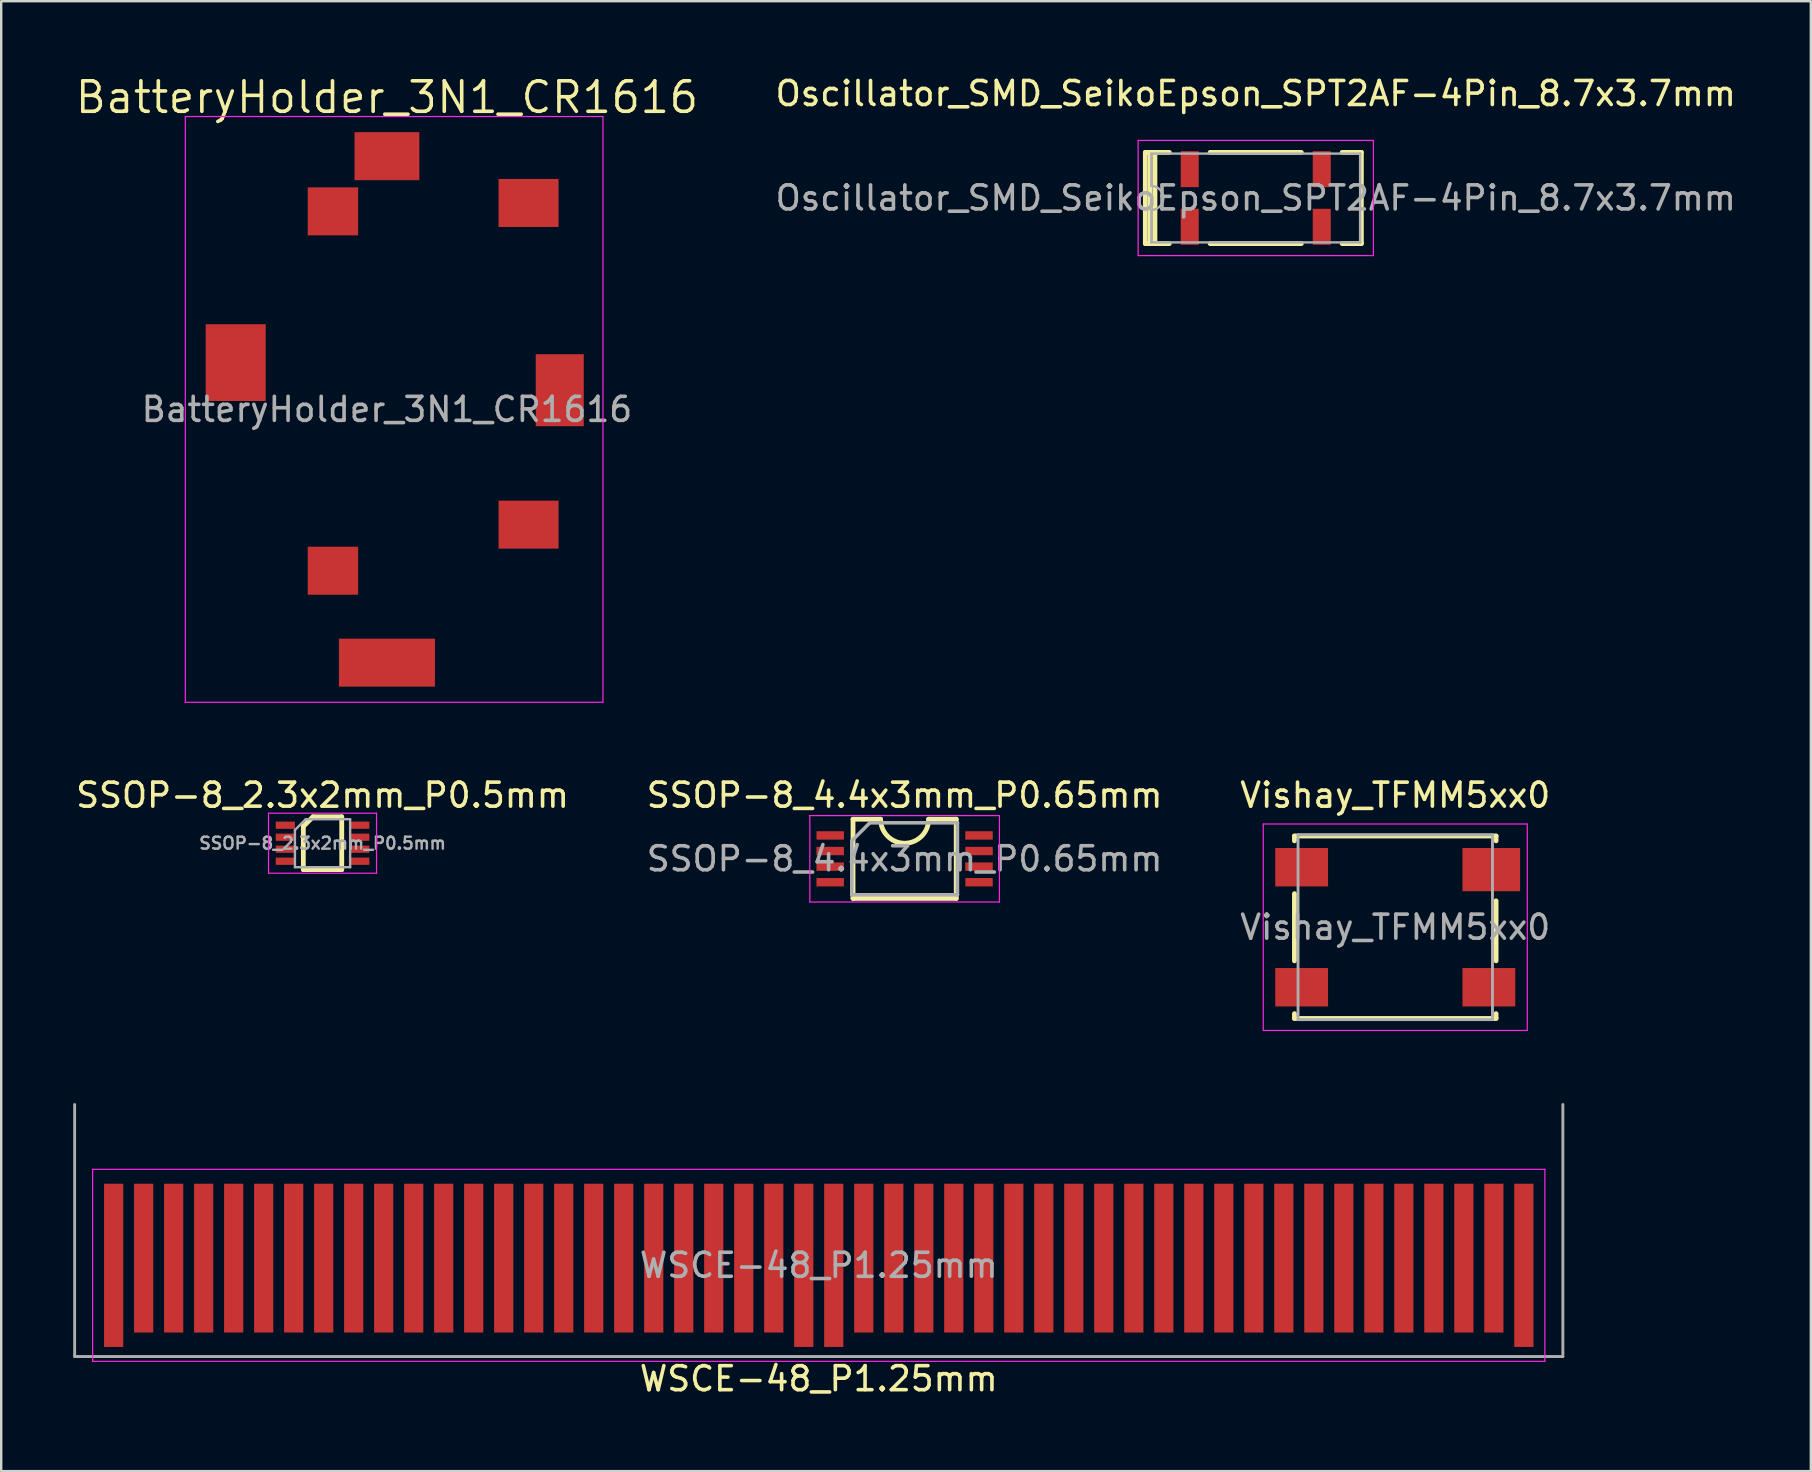
<source format=kicad_pcb>
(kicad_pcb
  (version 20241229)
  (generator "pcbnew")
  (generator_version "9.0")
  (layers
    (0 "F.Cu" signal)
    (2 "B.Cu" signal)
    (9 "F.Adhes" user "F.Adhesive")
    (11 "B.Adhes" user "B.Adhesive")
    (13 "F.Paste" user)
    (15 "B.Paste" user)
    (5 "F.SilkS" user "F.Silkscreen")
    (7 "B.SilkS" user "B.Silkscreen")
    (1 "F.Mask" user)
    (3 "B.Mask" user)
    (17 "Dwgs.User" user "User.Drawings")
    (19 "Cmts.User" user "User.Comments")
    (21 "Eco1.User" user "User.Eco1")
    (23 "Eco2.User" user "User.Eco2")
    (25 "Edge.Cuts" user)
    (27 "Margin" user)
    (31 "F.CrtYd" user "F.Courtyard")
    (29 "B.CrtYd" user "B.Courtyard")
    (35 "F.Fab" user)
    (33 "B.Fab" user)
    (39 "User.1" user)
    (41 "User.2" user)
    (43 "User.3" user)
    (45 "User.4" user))
  (footprint "Oscillator_SMD_SeikoEpson_SPT2AF-4Pin_8.7x3.7mm"
    (layer "F.Cu")
    (at 49.265 5.198)
    (property "Reference" "Oscillator_SMD_SeikoEpson_SPT2AF-4Pin_8.7x3.7mm" (at 0 -4.35 0) (layer "F.SilkS") (effects (font (size 1 1) (thickness 0.15))))
    (attr smd)
    (fp_line (start -4.6 -1.9) (end -3.6 -1.9) (stroke (width 0.2) (type solid)) (layer "F.SilkS"))
    (fp_line (start -4.6 1.9) (end -4.6 -1.9) (stroke (width 0.2) (type solid)) (layer "F.SilkS"))
    (fp_line (start -4.6 1.9) (end -3.6 1.9) (stroke (width 0.2) (type solid)) (layer "F.SilkS"))
    (fp_line (start -4.4 1.9) (end -4.4 -1.9) (stroke (width 0.2) (type solid)) (layer "F.SilkS"))
    (fp_line (start -4.2 1.9) (end -4.2 -1.9) (stroke (width 0.2) (type solid)) (layer "F.SilkS"))
    (fp_line (start -1.9 -1.9) (end 1.9 -1.9) (stroke (width 0.2) (type solid)) (layer "F.SilkS"))
    (fp_line (start 1.9 1.9) (end -1.9 1.9) (stroke (width 0.2) (type solid)) (layer "F.SilkS"))
    (fp_line (start 3.6 -1.9) (end 4.4 -1.9) (stroke (width 0.2) (type solid)) (layer "F.SilkS"))
    (fp_line (start 4.4 -1.9) (end 4.4 1.9) (stroke (width 0.2) (type solid)) (layer "F.SilkS"))
    (fp_line (start 4.4 1.9) (end 3.6 1.9) (stroke (width 0.2) (type solid)) (layer "F.SilkS"))
    (fp_line (start -4.9 -2.4) (end -4.9 2.4) (stroke (width 0.05) (type solid)) (layer "F.CrtYd"))
    (fp_line (start -4.9 2.4) (end 4.9 2.4) (stroke (width 0.05) (type solid)) (layer "F.CrtYd"))
    (fp_line (start 4.9 -2.4) (end -4.9 -2.4) (stroke (width 0.05) (type solid)) (layer "F.CrtYd"))
    (fp_line (start 4.9 2.4) (end 4.9 -2.4) (stroke (width 0.05) (type solid)) (layer "F.CrtYd"))
    (fp_line (start -4.35 -1.85) (end 4.35 -1.85) (stroke (width 0.1) (type solid)) (layer "F.Fab"))
    (fp_line (start -4.35 -0.5) (end -4.35 -1.85) (stroke (width 0.1) (type solid)) (layer "F.Fab"))
    (fp_line (start -4.35 1.85) (end -4.35 0.5) (stroke (width 0.1) (type solid)) (layer "F.Fab"))
    (fp_line (start 4.35 -1.85) (end 4.35 1.85) (stroke (width 0.1) (type solid)) (layer "F.Fab"))
    (fp_line (start 4.35 1.85) (end -4.35 1.85) (stroke (width 0.1) (type solid)) (layer "F.Fab"))
    (fp_arc (start -4.35 -0.5) (mid -3.85 0) (end -4.35 0.5) (stroke (width 0.1) (type solid)) (layer "F.Fab"))
    (fp_text user "${REFERENCE}" (at 0 0 0) (layer "F.Fab") (effects (font (size 1 1) (thickness 0.15))))
    (pad "1" smd rect (at -2.75 1.2) (size 0.75 1.5) (layers "F.Cu" "F.Mask" "F.Paste"))
    (pad "2" smd rect (at 2.75 1.2) (size 0.75 1.5) (layers "F.Cu" "F.Mask" "F.Paste"))
    (pad "3" smd rect (at 2.75 -1.2) (size 0.75 1.5) (layers "F.Cu" "F.Mask" "F.Paste"))
    (pad "4" smd rect (at -2.75 -1.2) (size 0.75 1.5) (layers "F.Cu" "F.Mask" "F.Paste")))
  (footprint "WSCE-48_P1.25mm"
    (layer "F.Cu")
    (at 31.06 49.664)
    (property "Reference" "WSCE-48_P1.25mm" (at 0 4.725 0) (layer "F.SilkS") (effects (font (size 1 1) (thickness 0.15))))
    (attr through_hole)
    (fp_line (start -30.25 -4) (end 30.25 -4) (stroke (width 0.05) (type solid)) (layer "F.CrtYd"))
    (fp_line (start -30.25 4) (end -30.25 -4) (stroke (width 0.05) (type solid)) (layer "F.CrtYd"))
    (fp_line (start -30.25 4) (end 30.25 4) (stroke (width 0.05) (type solid)) (layer "F.CrtYd"))
    (fp_line (start 30.25 -4) (end 30.25 4) (stroke (width 0.05) (type solid)) (layer "F.CrtYd"))
    (fp_line (start -31 -6.7) (end -31 3.8) (stroke (width 0.12) (type solid)) (layer "F.Fab"))
    (fp_line (start -31 3.8) (end 31 3.8) (stroke (width 0.12) (type solid)) (layer "F.Fab"))
    (fp_line (start 31 3.8) (end 31 -6.7) (stroke (width 0.12) (type solid)) (layer "F.Fab"))
    (fp_text user "${REFERENCE}" (at 0 0 0) (layer "F.Fab") (effects (font (size 1 1) (thickness 0.15))))
    (pad "0" smd rect (at -29.375 0) (size 0.001 0.001) (layers "F.Cu" "F.Mask" "F.Paste"))
    (pad "0" smd rect (at 29.375 0) (size 0.001 0.001) (layers "F.Cu" "F.Mask" "F.Paste"))
    (pad "1" smd rect (at -29.375 0) (size 0.8 6.8) (layers "F.Cu" "F.Mask"))
    (pad "2" smd rect (at -28.125 -0.3) (size 0.8 6.2) (layers "F.Cu" "F.Mask"))
    (pad "3" smd rect (at -26.875 -0.3) (size 0.8 6.2) (layers "F.Cu" "F.Mask"))
    (pad "4" smd rect (at -25.625 -0.3) (size 0.8 6.2) (layers "F.Cu" "F.Mask"))
    (pad "5" smd rect (at -24.375 -0.3) (size 0.8 6.2) (layers "F.Cu" "F.Mask"))
    (pad "6" smd rect (at -23.125 -0.3) (size 0.8 6.2) (layers "F.Cu" "F.Mask"))
    (pad "7" smd rect (at -21.875 -0.3) (size 0.8 6.2) (layers "F.Cu" "F.Mask"))
    (pad "8" smd rect (at -20.625 -0.3) (size 0.8 6.2) (layers "F.Cu" "F.Mask"))
    (pad "9" smd rect (at -19.375 -0.3) (size 0.8 6.2) (layers "F.Cu" "F.Mask"))
    (pad "10" smd rect (at -18.125 -0.3) (size 0.8 6.2) (layers "F.Cu" "F.Mask"))
    (pad "11" smd rect (at -16.875 -0.3) (size 0.8 6.2) (layers "F.Cu" "F.Mask"))
    (pad "12" smd rect (at -15.625 -0.3) (size 0.8 6.2) (layers "F.Cu" "F.Mask"))
    (pad "13" smd rect (at -14.375 -0.3) (size 0.8 6.2) (layers "F.Cu" "F.Mask"))
    (pad "14" smd rect (at -13.125 -0.3) (size 0.8 6.2) (layers "F.Cu" "F.Mask"))
    (pad "15" smd rect (at -11.875 -0.3) (size 0.8 6.2) (layers "F.Cu" "F.Mask"))
    (pad "16" smd rect (at -10.625 -0.3) (size 0.8 6.2) (layers "F.Cu" "F.Mask"))
    (pad "17" smd rect (at -9.375 -0.3) (size 0.8 6.2) (layers "F.Cu" "F.Mask"))
    (pad "18" smd rect (at -8.125 -0.3) (size 0.8 6.2) (layers "F.Cu" "F.Mask"))
    (pad "19" smd rect (at -6.875 -0.3) (size 0.8 6.2) (layers "F.Cu" "F.Mask"))
    (pad "20" smd rect (at -5.625 -0.3) (size 0.8 6.2) (layers "F.Cu" "F.Mask"))
    (pad "21" smd rect (at -4.375 -0.3) (size 0.8 6.2) (layers "F.Cu" "F.Mask"))
    (pad "22" smd rect (at -3.125 -0.3) (size 0.8 6.2) (layers "F.Cu" "F.Mask"))
    (pad "23" smd rect (at -1.875 -0.3) (size 0.8 6.2) (layers "F.Cu" "F.Mask"))
    (pad "24" smd rect (at -0.625 0) (size 0.8 6.8) (layers "F.Cu" "F.Mask"))
    (pad "25" smd rect (at 0.625 0) (size 0.8 6.8) (layers "F.Cu" "F.Mask"))
    (pad "26" smd rect (at 1.875 -0.3) (size 0.8 6.2) (layers "F.Cu" "F.Mask"))
    (pad "27" smd rect (at 3.125 -0.3) (size 0.8 6.2) (layers "F.Cu" "F.Mask"))
    (pad "28" smd rect (at 4.375 -0.3) (size 0.8 6.2) (layers "F.Cu" "F.Mask"))
    (pad "29" smd rect (at 5.625 -0.3) (size 0.8 6.2) (layers "F.Cu" "F.Mask"))
    (pad "30" smd rect (at 6.875 -0.3) (size 0.8 6.2) (layers "F.Cu" "F.Mask"))
    (pad "31" smd rect (at 8.125 -0.3) (size 0.8 6.2) (layers "F.Cu" "F.Mask"))
    (pad "32" smd rect (at 9.375 -0.3) (size 0.8 6.2) (layers "F.Cu" "F.Mask"))
    (pad "33" smd rect (at 10.625 -0.3) (size 0.8 6.2) (layers "F.Cu" "F.Mask"))
    (pad "34" smd rect (at 11.875 -0.3) (size 0.8 6.2) (layers "F.Cu" "F.Mask"))
    (pad "35" smd rect (at 13.125 -0.3) (size 0.8 6.2) (layers "F.Cu" "F.Mask"))
    (pad "36" smd rect (at 14.375 -0.3) (size 0.8 6.2) (layers "F.Cu" "F.Mask"))
    (pad "37" smd rect (at 15.625 -0.3) (size 0.8 6.2) (layers "F.Cu" "F.Mask"))
    (pad "38" smd rect (at 16.875 -0.3) (size 0.8 6.2) (layers "F.Cu" "F.Mask"))
    (pad "39" smd rect (at 18.125 -0.3) (size 0.8 6.2) (layers "F.Cu" "F.Mask"))
    (pad "40" smd rect (at 19.375 -0.3) (size 0.8 6.2) (layers "F.Cu" "F.Mask"))
    (pad "41" smd rect (at 20.625 -0.3) (size 0.8 6.2) (layers "F.Cu" "F.Mask"))
    (pad "42" smd rect (at 21.875 -0.3) (size 0.8 6.2) (layers "F.Cu" "F.Mask"))
    (pad "43" smd rect (at 23.125 -0.3) (size 0.8 6.2) (layers "F.Cu" "F.Mask"))
    (pad "44" smd rect (at 24.375 -0.3) (size 0.8 6.2) (layers "F.Cu" "F.Mask"))
    (pad "45" smd rect (at 25.625 -0.3) (size 0.8 6.2) (layers "F.Cu" "F.Mask"))
    (pad "46" smd rect (at 26.875 -0.3) (size 0.8 6.2) (layers "F.Cu" "F.Mask"))
    (pad "47" smd rect (at 28.125 -0.3) (size 0.8 6.2) (layers "F.Cu" "F.Mask"))
    (pad "48" smd rect (at 29.375 0) (size 0.8 6.8) (layers "F.Cu" "F.Mask")))
  (footprint "Vishay_TFMM5xx0"
    (layer "F.Cu")
    (at 55.077 35.579)
    (property "Reference" "Vishay_TFMM5xx0" (at 0 -5.5 0) (layer "F.SilkS") (effects (font (size 1 1) (thickness 0.15))))
    (attr through_hole)
    (fp_line (start -4.2 -3.8) (end -4.2 -3.6) (stroke (width 0.2) (type solid)) (layer "F.SilkS"))
    (fp_line (start -4.2 -1.4) (end -4.2 1.4) (stroke (width 0.2) (type solid)) (layer "F.SilkS"))
    (fp_line (start -4.2 3.6) (end -4.2 3.8) (stroke (width 0.2) (type solid)) (layer "F.SilkS"))
    (fp_line (start -4.2 3.8) (end 4.2 3.8) (stroke (width 0.2) (type solid)) (layer "F.SilkS"))
    (fp_line (start 4.2 -3.8) (end -4.2 -3.8) (stroke (width 0.2) (type solid)) (layer "F.SilkS"))
    (fp_line (start 4.2 -3.6) (end 4.2 -3.8) (stroke (width 0.2) (type solid)) (layer "F.SilkS"))
    (fp_line (start 4.2 1.4) (end 4.2 -1.1) (stroke (width 0.2) (type solid)) (layer "F.SilkS"))
    (fp_line (start 4.2 3.8) (end 4.2 3.6) (stroke (width 0.2) (type solid)) (layer "F.SilkS"))
    (fp_line (start -5.5 -4.3) (end -5.5 4.3) (stroke (width 0.05) (type solid)) (layer "F.CrtYd"))
    (fp_line (start -5.5 4.3) (end 5.5 4.3) (stroke (width 0.05) (type solid)) (layer "F.CrtYd"))
    (fp_line (start 5.5 -4.3) (end -5.5 -4.3) (stroke (width 0.05) (type solid)) (layer "F.CrtYd"))
    (fp_line (start 5.5 4.3) (end 5.5 -4.3) (stroke (width 0.05) (type solid)) (layer "F.CrtYd"))
    (fp_line (start -4.05 -3.85) (end -4.05 3.85) (stroke (width 0.12) (type solid)) (layer "F.Fab"))
    (fp_line (start -4.05 3.85) (end 4.05 3.85) (stroke (width 0.12) (type solid)) (layer "F.Fab"))
    (fp_line (start 4.05 -3.85) (end -4.05 -3.85) (stroke (width 0.12) (type solid)) (layer "F.Fab"))
    (fp_line (start 4.05 3.85) (end 4.05 -3.85) (stroke (width 0.12) (type solid)) (layer "F.Fab"))
    (fp_text user "${REFERENCE}" (at 0 0 0) (layer "F.Fab") (effects (font (size 1 1) (thickness 0.15))))
    (pad "1" smd rect (at 4 -2.4) (size 2.4 1.8) (layers "F.Cu" "F.Mask" "F.Paste"))
    (pad "2" smd rect (at -3.9 -2.5) (size 2.2 1.6) (layers "F.Cu" "F.Mask" "F.Paste"))
    (pad "3" smd rect (at -3.9 2.5) (size 2.2 1.6) (layers "F.Cu" "F.Mask" "F.Paste"))
    (pad "4" smd rect (at 3.9 2.5) (size 2.2 1.6) (layers "F.Cu" "F.Mask" "F.Paste")))
  (footprint "SSOP-8_2.3x2mm_P0.5mm"
    (layer "F.Cu")
    (at 10.387 32.079)
    (property "Reference" "SSOP-8_2.3x2mm_P0.5mm" (at 0 -2 0) (layer "F.SilkS") (effects (font (size 1 1) (thickness 0.15))))
    (attr smd)
    (fp_line (start -0.8 -0.7) (end -0.8 1.1) (stroke (width 0.2) (type solid)) (layer "F.SilkS"))
    (fp_line (start -0.8 -0.7) (end -0.4 -1.1) (stroke (width 0.2) (type solid)) (layer "F.SilkS"))
    (fp_line (start 0.8 -1.1) (end -0.4 -1.1) (stroke (width 0.2) (type solid)) (layer "F.SilkS"))
    (fp_line (start 0.8 1.1) (end -0.8 1.1) (stroke (width 0.2) (type solid)) (layer "F.SilkS"))
    (fp_line (start 0.8 1.1) (end 0.8 -1.1) (stroke (width 0.2) (type solid)) (layer "F.SilkS"))
    (fp_line (start -2.25 -1.25) (end 2.25 -1.25) (stroke (width 0.05) (type solid)) (layer "F.CrtYd"))
    (fp_line (start -2.25 1.25) (end -2.25 -1.25) (stroke (width 0.05) (type solid)) (layer "F.CrtYd"))
    (fp_line (start 2.25 -1.25) (end 2.25 1.25) (stroke (width 0.05) (type solid)) (layer "F.CrtYd"))
    (fp_line (start 2.25 1.25) (end -2.25 1.25) (stroke (width 0.05) (type solid)) (layer "F.CrtYd"))
    (fp_line (start -1.15 1) (end -1.15 -0.55) (stroke (width 0.1) (type solid)) (layer "F.Fab"))
    (fp_line (start -0.7 -1) (end -1.15 -0.55) (stroke (width 0.1) (type solid)) (layer "F.Fab"))
    (fp_line (start -0.7 -1) (end 1.15 -1) (stroke (width 0.1) (type solid)) (layer "F.Fab"))
    (fp_line (start 1.15 -1) (end 1.15 1) (stroke (width 0.1) (type solid)) (layer "F.Fab"))
    (fp_line (start 1.15 1) (end -1.15 1) (stroke (width 0.1) (type solid)) (layer "F.Fab"))
    (fp_text user "${REFERENCE}" (at 0 0 0) (layer "F.Fab") (effects (font (size 0.5 0.5) (thickness 0.1))))
    (pad "1" smd rect (at -1.55 -0.75 270) (size 0.3 0.8) (layers "F.Cu" "F.Mask" "F.Paste"))
    (pad "2" smd rect (at -1.55 -0.25 270) (size 0.3 0.8) (layers "F.Cu" "F.Mask" "F.Paste"))
    (pad "3" smd rect (at -1.55 0.25 270) (size 0.3 0.8) (layers "F.Cu" "F.Mask" "F.Paste"))
    (pad "4" smd rect (at -1.55 0.75 270) (size 0.3 0.8) (layers "F.Cu" "F.Mask" "F.Paste"))
    (pad "5" smd rect (at 1.55 0.75 270) (size 0.3 0.8) (layers "F.Cu" "F.Mask" "F.Paste"))
    (pad "6" smd rect (at 1.55 0.25 270) (size 0.3 0.8) (layers "F.Cu" "F.Mask" "F.Paste"))
    (pad "7" smd rect (at 1.55 -0.25 270) (size 0.3 0.8) (layers "F.Cu" "F.Mask" "F.Paste"))
    (pad "8" smd rect (at 1.55 -0.75 270) (size 0.3 0.8) (layers "F.Cu" "F.Mask" "F.Paste")))
  (footprint "BatteryHolder_3N1_CR1616"
    (layer "F.Cu")
    (at 13.07 14.006)
    (property "Reference" "BatteryHolder_3N1_CR1616" (at 0 -13 0) (layer "F.SilkS") (effects (font (size 1.27 1.27) (thickness 0.15))))
    (attr through_hole)
    (fp_line (start -8.4 -12.2) (end -8.4 12.2) (stroke (width 0.05) (type solid)) (layer "F.CrtYd"))
    (fp_line (start -8.4 12.2) (end 9 12.2) (stroke (width 0.05) (type solid)) (layer "F.CrtYd"))
    (fp_line (start 9 -12.2) (end -8.4 -12.2) (stroke (width 0.05) (type solid)) (layer "F.CrtYd"))
    (fp_line (start 9 12.2) (end 9 -12.2) (stroke (width 0.05) (type solid)) (layer "F.CrtYd"))
    (fp_text user "${REFERENCE}" (at 0 0 0) (layer "F.Fab") (effects (font (size 1 1) (thickness 0.15))))
    (pad "1" smd rect (at -2.25 -8.25) (size 2.1 2) (layers "F.Cu" "F.Mask" "F.Paste"))
    (pad "1" smd rect (at -2.25 6.72) (size 2.1 2) (layers "F.Cu" "F.Mask" "F.Paste"))
    (pad "1" smd rect (at 0 10.55) (size 4 2) (layers "F.Cu" "F.Mask" "F.Paste"))
    (pad "1" smd rect (at 5.9 -8.6) (size 2.5 2) (layers "F.Cu" "F.Mask" "F.Paste"))
    (pad "1" smd rect (at 5.9 4.8) (size 2.5 2) (layers "F.Cu" "F.Mask" "F.Paste"))
    (pad "2" smd rect (at -6.3 -1.95) (size 2.5 3.2) (layers "F.Cu" "F.Mask" "F.Paste"))
    (pad "2" smd rect (at 0 -10.55) (size 2.7 2) (layers "F.Cu" "F.Mask" "F.Paste"))
    (pad "2" smd rect (at 7.2 -0.8) (size 2 3) (layers "F.Cu" "F.Mask" "F.Paste")))
  (footprint "SSOP-8_4.4x3mm_P0.65mm"
    (layer "F.Cu")
    (at 34.637 32.729)
    (property "Reference" "SSOP-8_4.4x3mm_P0.65mm" (at 0 -2.65 0) (layer "F.SilkS") (effects (font (size 1 1) (thickness 0.15))))
    (attr smd)
    (fp_line (start -2.15 -1.65) (end -1 -1.65) (stroke (width 0.2) (type solid)) (layer "F.SilkS"))
    (fp_line (start -2.15 1.65) (end -2.15 -1.65) (stroke (width 0.2) (type solid)) (layer "F.SilkS"))
    (fp_line (start -2.15 1.65) (end 2.15 1.65) (stroke (width 0.2) (type solid)) (layer "F.SilkS"))
    (fp_line (start 1 -1.65) (end 2.15 -1.65) (stroke (width 0.2) (type solid)) (layer "F.SilkS"))
    (fp_line (start 2.15 -1.65) (end 2.15 1.65) (stroke (width 0.2) (type solid)) (layer "F.SilkS"))
    (fp_arc (start -0.026177 -0.650343) (mid -0.716302 -0.95221) (end -1 -1.65) (stroke (width 0.2) (type solid)) (layer "F.SilkS"))
    (fp_arc (start 1.000312 -1.648814) (mid 0.715698 -0.951142) (end 0.025 -0.65) (stroke (width 0.2) (type solid)) (layer "F.SilkS"))
    (fp_line (start -3.95 -1.8) (end -3.95 1.8) (stroke (width 0.05) (type solid)) (layer "F.CrtYd"))
    (fp_line (start -3.95 -1.8) (end 3.95 -1.8) (stroke (width 0.05) (type solid)) (layer "F.CrtYd"))
    (fp_line (start -3.95 1.8) (end 3.95 1.8) (stroke (width 0.05) (type solid)) (layer "F.CrtYd"))
    (fp_line (start 3.95 -1.8) (end 3.95 1.8) (stroke (width 0.05) (type solid)) (layer "F.CrtYd"))
    (fp_line (start -2.2 -0.75) (end -1.45 -1.5) (stroke (width 0.15) (type solid)) (layer "F.Fab"))
    (fp_line (start -2.2 1.5) (end -2.2 -0.75) (stroke (width 0.15) (type solid)) (layer "F.Fab"))
    (fp_line (start -1.45 -1.5) (end 2.2 -1.5) (stroke (width 0.15) (type solid)) (layer "F.Fab"))
    (fp_line (start 2.2 -1.5) (end 2.2 1.5) (stroke (width 0.15) (type solid)) (layer "F.Fab"))
    (fp_line (start 2.2 1.5) (end -2.2 1.5) (stroke (width 0.15) (type solid)) (layer "F.Fab"))
    (fp_text user "${REFERENCE}" (at 0 0 0) (layer "F.Fab") (effects (font (size 1 1) (thickness 0.15))))
    (pad "1" smd rect (at -3.1 -0.975) (size 1.143 0.35) (layers "F.Cu" "F.Mask" "F.Paste"))
    (pad "2" smd rect (at -3.1 -0.325) (size 1.143 0.35) (layers "F.Cu" "F.Mask" "F.Paste"))
    (pad "3" smd rect (at -3.1 0.325) (size 1.143 0.35) (layers "F.Cu" "F.Mask" "F.Paste"))
    (pad "4" smd rect (at -3.1 0.975) (size 1.143 0.35) (layers "F.Cu" "F.Mask" "F.Paste"))
    (pad "5" smd rect (at 3.1 0.975) (size 1.143 0.35) (layers "F.Cu" "F.Mask" "F.Paste"))
    (pad "6" smd rect (at 3.1 0.325) (size 1.143 0.35) (layers "F.Cu" "F.Mask" "F.Paste"))
    (pad "7" smd rect (at 3.1 -0.325) (size 1.143 0.35) (layers "F.Cu" "F.Mask" "F.Paste"))
    (pad "8" smd rect (at 3.1 -0.975) (size 1.143 0.35) (layers "F.Cu" "F.Mask" "F.Paste")))
  (gr_rect
    (start -3 -3)
    (end 72.39 58.238)
    (stroke (width 0.1) (type default))
    (fill no)
    (layer "Edge.Cuts")))
</source>
